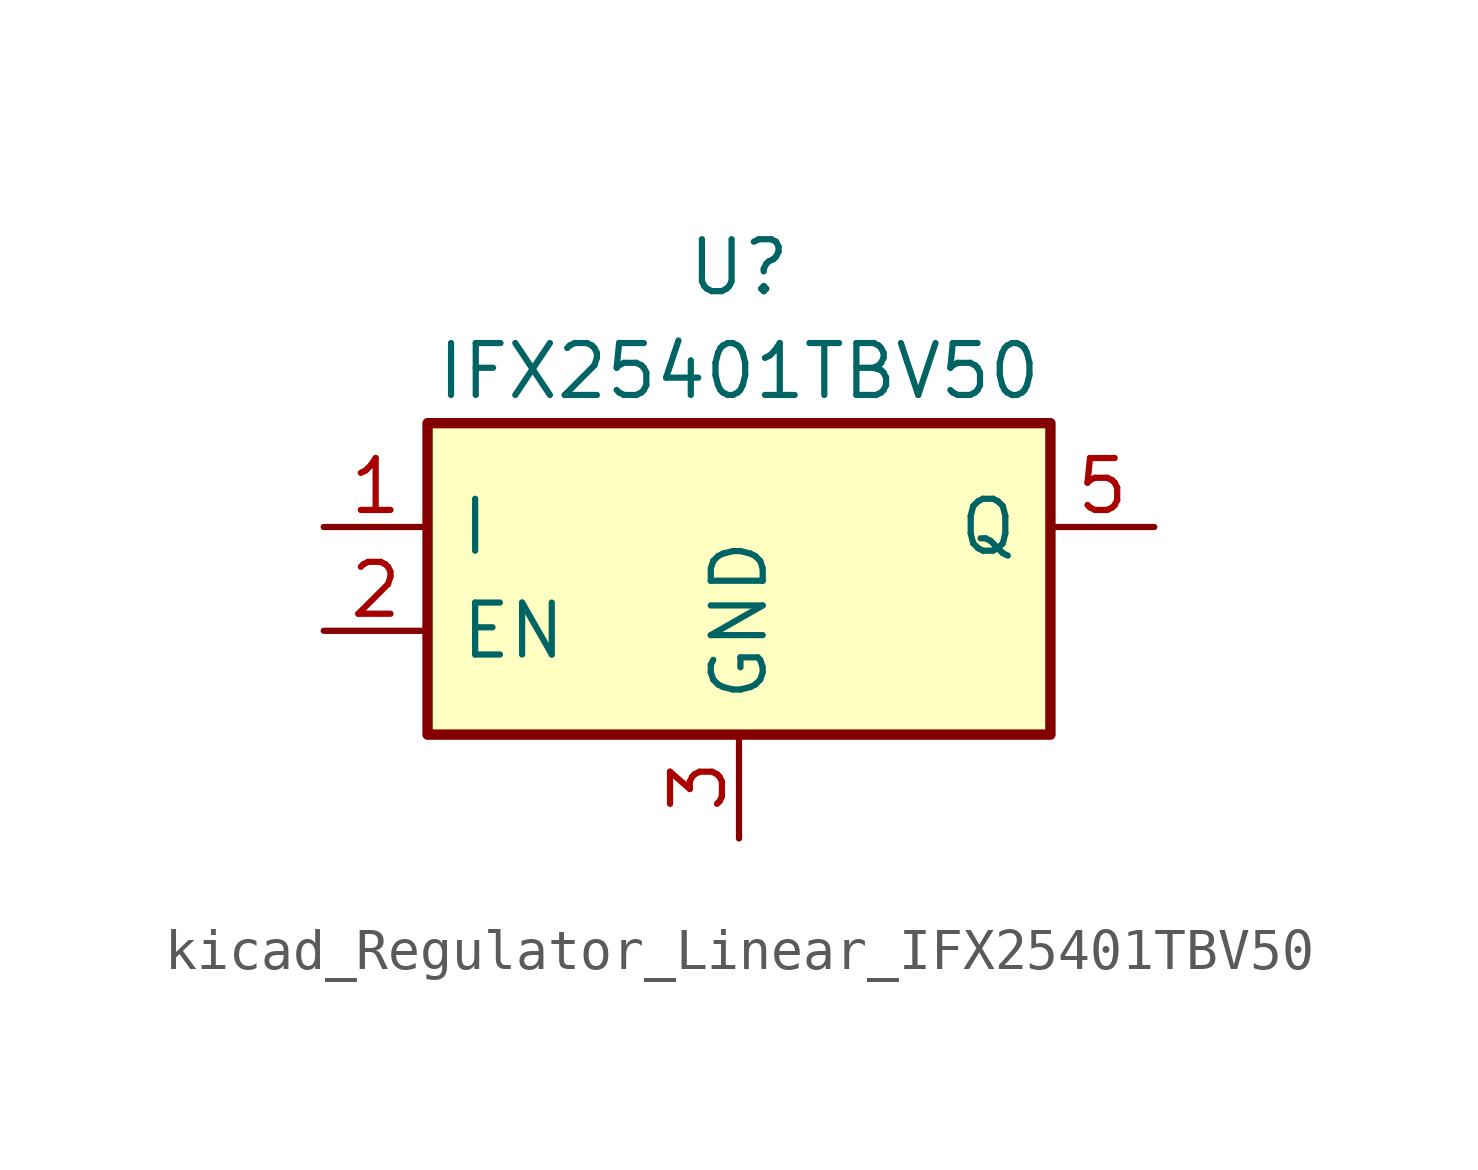
<source format=kicad_sym>
(kicad_symbol_lib
  (version 20220914)
  (generator kicad_symbol_editor)
  (symbol "kicad_Regulator_Linear_IFX25401TBV50"
    (pin_names
      (offset 0.762))
    (property "Reference" "U"
      (at 0 6.35 0)
      (effects (font (size 1.27 1.27))))
    (property "Value" "IFX25401TBV50"
      (at 0 3.81 0)
      (effects (font (size 1.27 1.27))))
    (symbol "kicad_Regulator_Linear_IFX25401TBV50_0_1"
      (rectangle (start -7.62 2.54) (end 7.62 -5.08) (stroke (width 0.254) (type default)) (fill (type background))))
    (symbol "kicad_Regulator_Linear_IFX25401TBV50_1_1"
      (pin power_in line (at -10.16 0 0) (length 2.54) (name "I" (effects (font (size 1.27 1.27)))) (number "1" (effects (font (size 1.27 1.27)))))
      (pin input line (at -10.16 -2.54 0) (length 2.54) (name "EN" (effects (font (size 1.27 1.27)))) (number "2" (effects (font (size 1.27 1.27)))))
      (pin power_in line (at 0 -7.62 90) (length 2.54) (name "GND" (effects (font (size 1.27 1.27)))) (number "3" (effects (font (size 1.27 1.27)))))
      (pin no_connect line (at 7.62 -2.54 180) (length 2.54) hide (name "NC" (effects (font (size 1.27 1.27)))) (number "4" (effects (font (size 1.27 1.27)))))
      (pin power_out line (at 10.16 0 180) (length 2.54) (name "Q" (effects (font (size 1.27 1.27)))) (number "5" (effects (font (size 1.27 1.27))))))))
</source>
